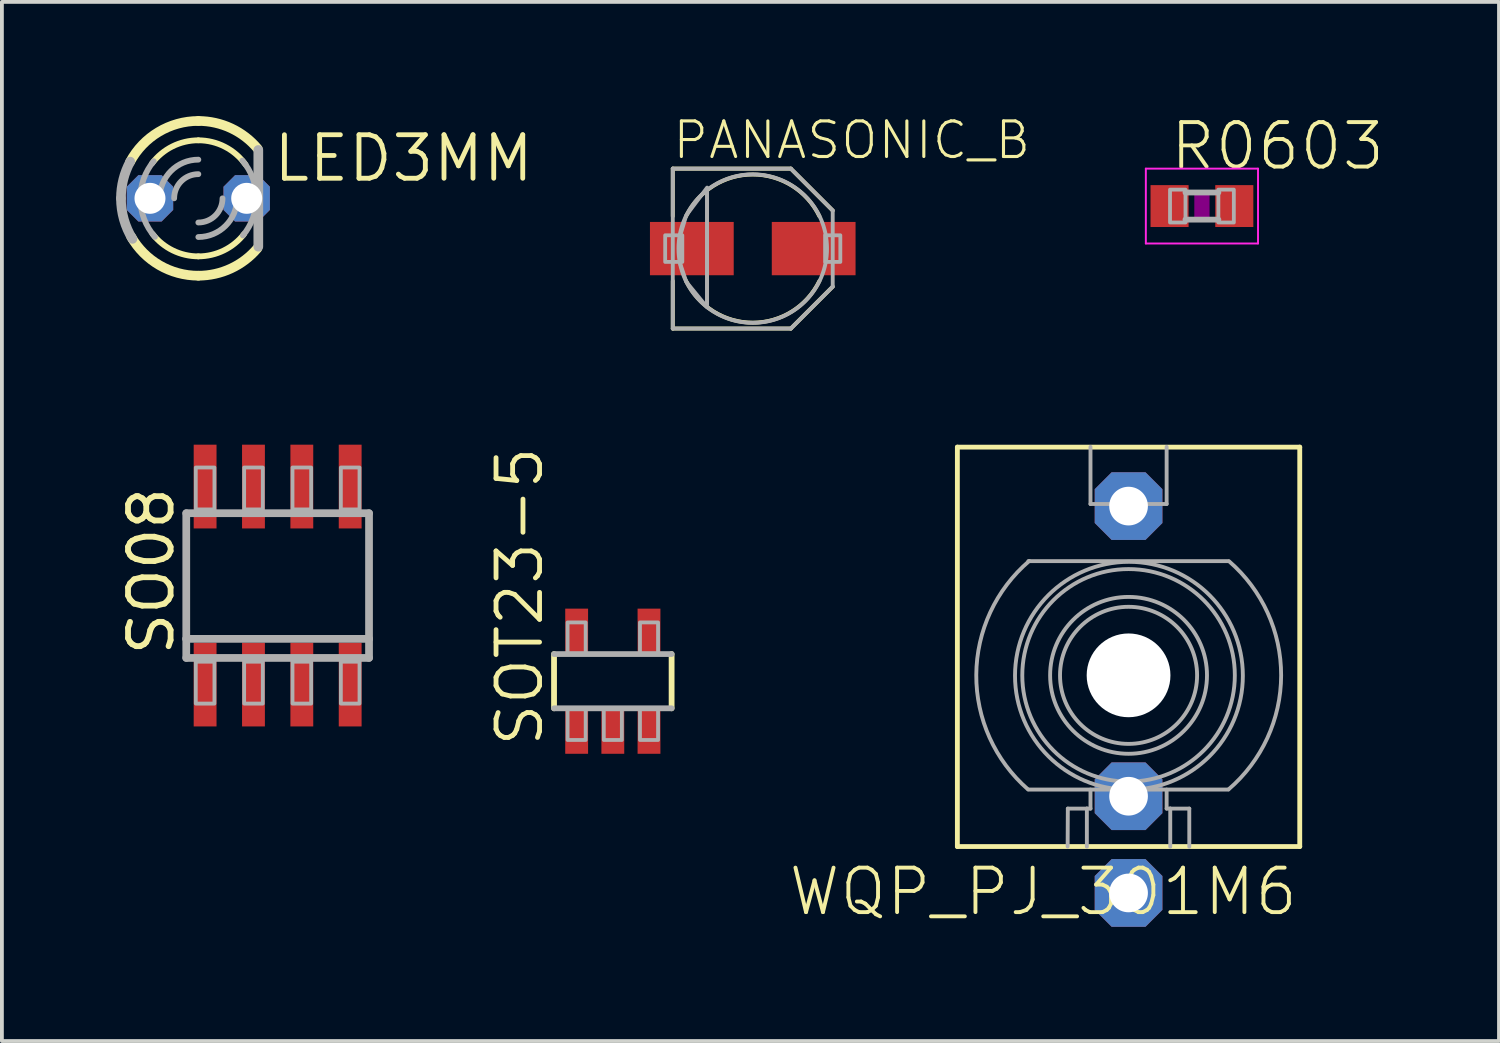
<source format=kicad_pcb>
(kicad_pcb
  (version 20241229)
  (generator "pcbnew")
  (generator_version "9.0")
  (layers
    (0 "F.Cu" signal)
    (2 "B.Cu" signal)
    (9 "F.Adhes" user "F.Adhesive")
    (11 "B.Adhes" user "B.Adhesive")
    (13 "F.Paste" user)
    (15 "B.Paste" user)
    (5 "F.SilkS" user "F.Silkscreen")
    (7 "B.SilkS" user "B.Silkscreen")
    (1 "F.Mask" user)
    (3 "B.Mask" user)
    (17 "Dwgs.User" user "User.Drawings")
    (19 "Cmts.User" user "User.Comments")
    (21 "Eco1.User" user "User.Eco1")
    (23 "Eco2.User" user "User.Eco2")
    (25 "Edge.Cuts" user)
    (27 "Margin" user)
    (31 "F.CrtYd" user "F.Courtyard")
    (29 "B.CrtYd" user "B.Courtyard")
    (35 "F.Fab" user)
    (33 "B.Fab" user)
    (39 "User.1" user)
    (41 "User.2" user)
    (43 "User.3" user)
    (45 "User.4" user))
  (footprint "SO08"
    (layer "F.Cu")
    (at 4.242 12.329)
    (property "Reference" "SO08" (at -2.667 1.905 90) (layer "F.SilkS") (effects (font (size 1.118 1.118) (thickness 0.152)) (justify left bottom)))
    (fp_line (start -2.4 -1.9) (end 2.4 -1.9) (stroke (width 0.203) (type solid)) (layer "F.Fab"))
    (fp_line (start -2.4 1.4) (end -2.4 -1.9) (stroke (width 0.203) (type solid)) (layer "F.Fab"))
    (fp_line (start -2.4 1.9) (end -2.4 1.4) (stroke (width 0.203) (type solid)) (layer "F.Fab"))
    (fp_line (start 2.4 -1.9) (end 2.4 1.4) (stroke (width 0.203) (type solid)) (layer "F.Fab"))
    (fp_line (start 2.4 1.4) (end -2.4 1.4) (stroke (width 0.203) (type solid)) (layer "F.Fab"))
    (fp_line (start 2.4 1.4) (end 2.4 1.9) (stroke (width 0.203) (type solid)) (layer "F.Fab"))
    (fp_line (start 2.4 1.9) (end -2.4 1.9) (stroke (width 0.203) (type solid)) (layer "F.Fab"))
    (fp_poly (pts (xy -2.15 -2) (xy -1.66 -2) (xy -1.66 -3.1) (xy -2.15 -3.1)) (stroke (width 0.1) (type solid)) (fill no) (layer "F.Fab"))
    (fp_poly (pts (xy -2.15 3.1) (xy -1.66 3.1) (xy -1.66 2) (xy -2.15 2)) (stroke (width 0.1) (type solid)) (fill no) (layer "F.Fab"))
    (fp_poly (pts (xy -0.88 -2) (xy -0.39 -2) (xy -0.39 -3.1) (xy -0.88 -3.1)) (stroke (width 0.1) (type solid)) (fill no) (layer "F.Fab"))
    (fp_poly (pts (xy -0.88 3.1) (xy -0.39 3.1) (xy -0.39 2) (xy -0.88 2)) (stroke (width 0.1) (type solid)) (fill no) (layer "F.Fab"))
    (fp_poly (pts (xy 0.39 -2) (xy 0.88 -2) (xy 0.88 -3.1) (xy 0.39 -3.1)) (stroke (width 0.1) (type solid)) (fill no) (layer "F.Fab"))
    (fp_poly (pts (xy 0.39 3.1) (xy 0.88 3.1) (xy 0.88 2) (xy 0.39 2)) (stroke (width 0.1) (type solid)) (fill no) (layer "F.Fab"))
    (fp_poly (pts (xy 1.66 -2) (xy 2.15 -2) (xy 2.15 -3.1) (xy 1.66 -3.1)) (stroke (width 0.1) (type solid)) (fill no) (layer "F.Fab"))
    (fp_poly (pts (xy 1.66 3.1) (xy 2.15 3.1) (xy 2.15 2) (xy 1.66 2)) (stroke (width 0.1) (type solid)) (fill no) (layer "F.Fab"))
    (pad "1" smd rect (at -1.905 2.6) (size 0.6 2.2) (layers "F.Cu" "F.Mask" "F.Paste"))
    (pad "2" smd rect (at -0.635 2.6) (size 0.6 2.2) (layers "F.Cu" "F.Mask" "F.Paste"))
    (pad "3" smd rect (at 0.635 2.6) (size 0.6 2.2) (layers "F.Cu" "F.Mask" "F.Paste"))
    (pad "4" smd rect (at 1.905 2.6) (size 0.6 2.2) (layers "F.Cu" "F.Mask" "F.Paste"))
    (pad "5" smd rect (at 1.905 -2.6) (size 0.6 2.2) (layers "F.Cu" "F.Mask" "F.Paste"))
    (pad "6" smd rect (at 0.635 -2.6) (size 0.6 2.2) (layers "F.Cu" "F.Mask" "F.Paste"))
    (pad "7" smd rect (at -0.635 -2.6) (size 0.6 2.2) (layers "F.Cu" "F.Mask" "F.Paste"))
    (pad "8" smd rect (at -1.905 -2.6) (size 0.6 2.2) (layers "F.Cu" "F.Mask" "F.Paste")))
  (footprint "R0603"
    (layer "F.Cu")
    (at 28.517 2.362)
    (property "Reference" "R0603" (at -0.889 -0.889 0) (layer "F.SilkS") (effects (font (size 1.168 1.168) (thickness 0.102)) (justify left bottom)))
    (fp_poly (pts (xy -0.2 0.4) (xy 0.2 0.4) (xy 0.2 -0.4) (xy -0.2 -0.4)) (stroke (width 0) (type solid)) (fill yes) (layer "F.Adhes"))
    (fp_line (start -1.473 -0.983) (end 1.473 -0.983) (stroke (width 0.051) (type solid)) (layer "F.CrtYd"))
    (fp_line (start -1.473 0.983) (end -1.473 -0.983) (stroke (width 0.051) (type solid)) (layer "F.CrtYd"))
    (fp_line (start 1.473 -0.983) (end 1.473 0.983) (stroke (width 0.051) (type solid)) (layer "F.CrtYd"))
    (fp_line (start 1.473 0.983) (end -1.473 0.983) (stroke (width 0.051) (type solid)) (layer "F.CrtYd"))
    (fp_line (start -0.432 0.356) (end 0.432 0.356) (stroke (width 0.152) (type solid)) (layer "F.Fab"))
    (fp_line (start 0.432 -0.356) (end -0.432 -0.356) (stroke (width 0.152) (type solid)) (layer "F.Fab"))
    (fp_poly (pts (xy -0.838 0.432) (xy -0.432 0.432) (xy -0.432 -0.432) (xy -0.838 -0.432)) (stroke (width 0.1) (type solid)) (fill no) (layer "F.Fab"))
    (fp_poly (pts (xy 0.432 0.432) (xy 0.838 0.432) (xy 0.838 -0.432) (xy 0.432 -0.432)) (stroke (width 0.1) (type solid)) (fill no) (layer "F.Fab"))
    (pad "1" smd rect (at -0.85 0) (size 1 1.1) (layers "F.Cu" "F.Mask" "F.Paste"))
    (pad "2" smd rect (at 0.85 0) (size 1 1.1) (layers "F.Cu" "F.Mask" "F.Paste")))
  (footprint "SOT23-5"
    (layer "F.Cu")
    (at 13.045 14.841)
    (property "Reference" "SOT23-5" (at -1.778 1.778 90) (layer "F.SilkS") (effects (font (size 1.143 1.143) (thickness 0.127)) (justify left bottom)))
    (fp_line (start -1.544 0.712) (end -1.544 -0.713) (stroke (width 0.152) (type solid)) (layer "F.SilkS"))
    (fp_line (start 1.544 -0.713) (end 1.544 0.712) (stroke (width 0.152) (type solid)) (layer "F.SilkS"))
    (fp_line (start -1.544 -0.713) (end 1.544 -0.713) (stroke (width 0.152) (type solid)) (layer "F.Fab"))
    (fp_line (start 1.544 0.712) (end -1.544 0.712) (stroke (width 0.152) (type solid)) (layer "F.Fab"))
    (fp_poly (pts (xy -1.188 -0.713) (xy -0.713 -0.713) (xy -0.713 -1.544) (xy -1.188 -1.544)) (stroke (width 0.1) (type solid)) (fill no) (layer "F.Fab"))
    (fp_poly (pts (xy -1.188 1.544) (xy -0.713 1.544) (xy -0.713 0.712) (xy -1.188 0.712)) (stroke (width 0.1) (type solid)) (fill no) (layer "F.Fab"))
    (fp_poly (pts (xy -0.237 1.544) (xy 0.237 1.544) (xy 0.237 0.712) (xy -0.237 0.712)) (stroke (width 0.1) (type solid)) (fill no) (layer "F.Fab"))
    (fp_poly (pts (xy 0.713 -0.713) (xy 1.188 -0.713) (xy 1.188 -1.544) (xy 0.713 -1.544)) (stroke (width 0.1) (type solid)) (fill no) (layer "F.Fab"))
    (fp_poly (pts (xy 0.713 1.544) (xy 1.188 1.544) (xy 1.188 0.712) (xy 0.713 0.712)) (stroke (width 0.1) (type solid)) (fill no) (layer "F.Fab"))
    (pad "1" smd rect (at -0.95 1.306) (size 0.6 1.2) (layers "F.Cu" "F.Mask" "F.Paste"))
    (pad "2" smd rect (at 0 1.306) (size 0.6 1.2) (layers "F.Cu" "F.Mask" "F.Paste"))
    (pad "3" smd rect (at 0.95 1.306) (size 0.6 1.2) (layers "F.Cu" "F.Mask" "F.Paste"))
    (pad "4" smd rect (at 0.95 -1.306) (size 0.6 1.2) (layers "F.Cu" "F.Mask" "F.Paste"))
    (pad "5" smd rect (at -0.95 -1.306) (size 0.6 1.2) (layers "F.Cu" "F.Mask" "F.Paste")))
  (footprint "PANASONIC_B"
    (layer "F.Cu")
    (at 16.72 3.479)
    (property "Reference" "PANASONIC_B" (at -2.15 -2.3 0) (layer "F.SilkS") (effects (font (size 0.935 0.935) (thickness 0.081)) (justify left bottom)))
    (fp_line (start -2.1 -2.1) (end 1 -2.1) (stroke (width 0.102) (type solid)) (layer "F.SilkS"))
    (fp_line (start -2.1 -0.85) (end -2.1 -2.1) (stroke (width 0.102) (type solid)) (layer "F.SilkS"))
    (fp_line (start -2.1 2.1) (end -2.1 0.85) (stroke (width 0.102) (type solid)) (layer "F.SilkS"))
    (fp_line (start 1 -2.1) (end 2.1 -1) (stroke (width 0.102) (type solid)) (layer "F.SilkS"))
    (fp_line (start 1 2.1) (end -2.1 2.1) (stroke (width 0.102) (type solid)) (layer "F.SilkS"))
    (fp_line (start 2.1 1) (end 1 2.1) (stroke (width 0.102) (type solid)) (layer "F.SilkS"))
    (fp_arc (start -1.75 -0.85) (mid 0 -1.945508) (end 1.75 -0.85) (stroke (width 0.1016) (type solid)) (layer "F.SilkS"))
    (fp_arc (start 1.75 0.85) (mid 0 1.945508) (end -1.75 0.85) (stroke (width 0.1016) (type solid)) (layer "F.SilkS"))
    (fp_line (start -2.1 -2.1) (end 1 -2.1) (stroke (width 0.102) (type solid)) (layer "F.Fab"))
    (fp_line (start -2.1 2.1) (end -2.1 -2.1) (stroke (width 0.102) (type solid)) (layer "F.Fab"))
    (fp_line (start -1.2 -1.5) (end -1.2 1.5) (stroke (width 0.102) (type solid)) (layer "F.Fab"))
    (fp_line (start 1 -2.1) (end 2.1 -1) (stroke (width 0.102) (type solid)) (layer "F.Fab"))
    (fp_line (start 1 2.1) (end -2.1 2.1) (stroke (width 0.102) (type solid)) (layer "F.Fab"))
    (fp_line (start 2.1 -1) (end 2.1 1) (stroke (width 0.102) (type solid)) (layer "F.Fab"))
    (fp_line (start 2.1 1) (end 1 2.1) (stroke (width 0.102) (type solid)) (layer "F.Fab"))
    (fp_circle (center 0 0) (end 1.95 0) (stroke (width 0.102) (type solid)) (fill no) (layer "F.Fab"))
    (fp_poly (pts (xy -2.3 0.35) (xy -1.85 0.35) (xy -1.85 -0.35) (xy -2.3 -0.35)) (stroke (width 0.1) (type solid)) (fill no) (layer "F.Fab"))
    (fp_poly (pts (xy 1.9 0.35) (xy 2.3 0.35) (xy 2.3 -0.35) (xy 1.9 -0.35)) (stroke (width 0.1) (type solid)) (fill no) (layer "F.Fab"))
    (fp_poly (pts (xy -1.199 1.542) (xy -1.745 0.875) (xy -1.901 0.408) (xy -1.901 -0.357) (xy -1.746 -0.873) (xy -1.199 -1.602)) (stroke (width 0.1) (type solid)) (fill no) (layer "F.Fab"))
    (pad "+" smd rect (at 1.6 0) (size 2.2 1.4) (layers "F.Cu" "F.Mask" "F.Paste"))
    (pad "-" smd rect (at -1.6 0) (size 2.2 1.4) (layers "F.Cu" "F.Mask" "F.Paste")))
  (footprint "WQP_PJ_301M6"
    (layer "F.Cu")
    (at 26.59 14.687)
    (property "Reference" "WQP_PJ_301M6" (at 4.5 5 0) (layer "F.SilkS") (effects (font (size 1.168 1.168) (thickness 0.102)) (justify right top)))
    (fp_line (start -4.496 -5.994) (end 4.496 -5.994) (stroke (width 0.127) (type solid)) (layer "F.SilkS"))
    (fp_line (start -4.496 4.496) (end -4.496 -5.994) (stroke (width 0.127) (type solid)) (layer "F.SilkS"))
    (fp_line (start 4.496 -5.994) (end 4.496 4.496) (stroke (width 0.127) (type solid)) (layer "F.SilkS"))
    (fp_line (start 4.496 4.496) (end -4.496 4.496) (stroke (width 0.127) (type solid)) (layer "F.SilkS"))
    (fp_line (start -2.631 -3) (end 2.62 -3) (stroke (width 0.102) (type solid)) (layer "F.Fab"))
    (fp_line (start -2.631 3) (end 2.62 3) (stroke (width 0.102) (type solid)) (layer "F.Fab"))
    (fp_line (start -1.6 4.496) (end -1.595 3.5) (stroke (width 0.102) (type solid)) (layer "F.Fab"))
    (fp_line (start -1.595 3.5) (end -1.095 3.5) (stroke (width 0.102) (type solid)) (layer "F.Fab"))
    (fp_line (start -1.095 3.5) (end -1.095 4.5) (stroke (width 0.102) (type solid)) (layer "F.Fab"))
    (fp_line (start -1.095 3.5) (end -1 3.5) (stroke (width 0.102) (type solid)) (layer "F.Fab"))
    (fp_line (start -1 -4.5) (end -1 -6) (stroke (width 0.102) (type solid)) (layer "F.Fab"))
    (fp_line (start -1 0) (end 1 0) (stroke (width 0.102) (type solid)) (layer "F.Fab"))
    (fp_line (start -1 3.5) (end -1 3) (stroke (width 0.102) (type solid)) (layer "F.Fab"))
    (fp_line (start 0 -1) (end 0 1) (stroke (width 0.102) (type solid)) (layer "F.Fab"))
    (fp_line (start 1 -6) (end 1 -4.5) (stroke (width 0.102) (type solid)) (layer "F.Fab"))
    (fp_line (start 1 -4.5) (end -1 -4.5) (stroke (width 0.102) (type solid)) (layer "F.Fab"))
    (fp_line (start 1 3) (end 1 3.5) (stroke (width 0.102) (type solid)) (layer "F.Fab"))
    (fp_line (start 1 3.5) (end 1.095 3.5) (stroke (width 0.102) (type solid)) (layer "F.Fab"))
    (fp_line (start 1.095 3.5) (end 1.095 4.5) (stroke (width 0.102) (type solid)) (layer "F.Fab"))
    (fp_line (start 1.095 3.5) (end 1.595 3.5) (stroke (width 0.102) (type solid)) (layer "F.Fab"))
    (fp_line (start 1.595 3.5) (end 1.595 4.5) (stroke (width 0.102) (type solid)) (layer "F.Fab"))
    (fp_arc (start -2.641998 2.994) (mid -3.999529 -0.012791) (end -2.608 -3.004) (stroke (width 0.1016) (type solid)) (layer "F.Fab"))
    (fp_arc (start 2.642 -2.994) (mid 4.007235 0.003208) (end 2.628 2.994) (stroke (width 0.1016) (type solid)) (layer "F.Fab"))
    (fp_circle (center 0 0) (end 1.8 0) (stroke (width 0.102) (type solid)) (fill no) (layer "F.Fab"))
    (fp_circle (center 0 0) (end 2.06 0) (stroke (width 0.102) (type solid)) (fill no) (layer "F.Fab"))
    (fp_circle (center 0 0) (end 2.791 0) (stroke (width 0.102) (type solid)) (fill no) (layer "F.Fab"))
    (fp_circle (center 0.01 0.01) (end 3.002 0.01) (stroke (width 0.102) (type solid)) (fill no) (layer "F.Fab"))
    (pad "" np_thru_hole circle (at 0 0) (size 2.2 2.2) (drill 2.2) (layers "*.Cu" "*.Mask"))
    (pad "P1" thru_hole roundrect (at 0 5.715) (size 1.778 1.778) (drill 1.016) (layers "*.Cu" "*.Mask") (roundrect_rratio 0.25) (chamfer_ratio 0.25) (chamfer top_left top_right bottom_left bottom_right))
    (pad "P2" thru_hole roundrect (at 0 3.175) (size 1.778 1.778) (drill 1.016) (layers "*.Cu" "*.Mask") (roundrect_rratio 0.25) (chamfer_ratio 0.25) (chamfer top_left top_right bottom_left bottom_right))
    (pad "P3" thru_hole roundrect (at 0 -4.445) (size 1.778 1.778) (drill 1.016) (layers "*.Cu" "*.Mask") (roundrect_rratio 0.25) (chamfer_ratio 0.25) (chamfer top_left top_right bottom_left bottom_right)))
  (footprint "LED3MM"
    (layer "F.Cu")
    (at 2.159 2.159)
    (property "Reference" "LED3MM" (at 1.905 -0.381 0) (layer "F.SilkS") (effects (font (size 1.143 1.143) (thickness 0.127)) (justify left bottom)))
    (fp_arc (start -1.7929 -0.9562) (mid -1.045438 -1.7424) (end 0 -2.032) (stroke (width 0.254) (type solid)) (layer "F.SilkS"))
    (fp_arc (start -1.2192 -0.9144) (mid -0.681554 -1.363107) (end 0 -1.524) (stroke (width 0.1524) (type solid)) (layer "F.SilkS"))
    (fp_arc (start 0 -2.032) (mid 0.861864 -1.840173) (end 1.561 -1.3009) (stroke (width 0.254) (type solid)) (layer "F.SilkS"))
    (fp_arc (start 0 -1.524) (mid 0.697339 -1.355082) (end 1.2401 -0.885801) (stroke (width 0.1524) (type solid)) (layer "F.SilkS"))
    (fp_arc (start 0 1.524) (mid -0.669593 1.369018) (end -1.203 0.9356) (stroke (width 0.1524) (type solid)) (layer "F.SilkS"))
    (fp_arc (start 0 2.032) (mid -1.019924 1.757525) (end -1.7643 1.0082) (stroke (width 0.254) (type solid)) (layer "F.SilkS"))
    (fp_arc (start 1.203 0.9356) (mid 0.669593 1.369018) (end 0 1.524) (stroke (width 0.1524) (type solid)) (layer "F.SilkS"))
    (fp_arc (start 1.5512 1.3126) (mid 0.854953 1.843405) (end 0 2.032) (stroke (width 0.254) (type solid)) (layer "F.SilkS"))
    (fp_line (start 1.575 1.27) (end 1.575 -1.27) (stroke (width 0.254) (type solid)) (layer "F.Fab"))
    (fp_arc (start -2.032 0) (mid -1.970339 -0.496775) (end -1.7891 -0.9634) (stroke (width 0.254) (type solid)) (layer "F.Fab"))
    (fp_arc (start -1.7306 1.065) (mid -1.95521 0.553417) (end -2.032 0) (stroke (width 0.254) (type solid)) (layer "F.Fab"))
    (fp_arc (start -1.524 0) (mid -1.432981 -0.518783) (end -1.1708 -0.9756) (stroke (width 0.1524) (type solid)) (layer "F.Fab"))
    (fp_arc (start -1.1391 1.0125) (mid -1.42454 0.5416) (end -1.524 0) (stroke (width 0.1524) (type solid)) (layer "F.Fab"))
    (fp_arc (start -1.016 0) (mid -0.71842 -0.71842) (end 0 -1.016) (stroke (width 0.1524) (type solid)) (layer "F.Fab"))
    (fp_arc (start -0.635 0) (mid -0.449013 -0.449013) (end 0 -0.635) (stroke (width 0.1524) (type solid)) (layer "F.Fab"))
    (fp_arc (start 0.635 0) (mid 0.449013 0.449013) (end 0 0.635) (stroke (width 0.1524) (type solid)) (layer "F.Fab"))
    (fp_arc (start 1.016 0) (mid 0.71842 0.71842) (end 0 1.016) (stroke (width 0.1524) (type solid)) (layer "F.Fab"))
    (fp_arc (start 1.1571 -0.9918) (mid 1.429332 -0.528744) (end 1.524 0) (stroke (width 0.1524) (type solid)) (layer "F.Fab"))
    (fp_arc (start 1.524 0) (mid 1.432981 0.518783) (end 1.1708 0.9756) (stroke (width 0.1524) (type solid)) (layer "F.Fab"))
    (pad "A" thru_hole roundrect (at -1.27 0) (size 1.219 1.219) (drill 0.813) (layers "*.Cu" "*.Mask") (roundrect_rratio 0.25) (chamfer_ratio 0.25) (chamfer top_left top_right bottom_left bottom_right))
    (pad "K" thru_hole roundrect (at 1.27 0) (size 1.219 1.219) (drill 0.813) (layers "*.Cu" "*.Mask") (roundrect_rratio 0.25) (chamfer_ratio 0.25) (chamfer top_left top_right bottom_left bottom_right)))
  (gr_rect
    (start -3 -3)
    (end 36.319 24.291)
    (stroke (width 0.1) (type default))
    (fill no)
    (layer "Edge.Cuts")))
</source>
